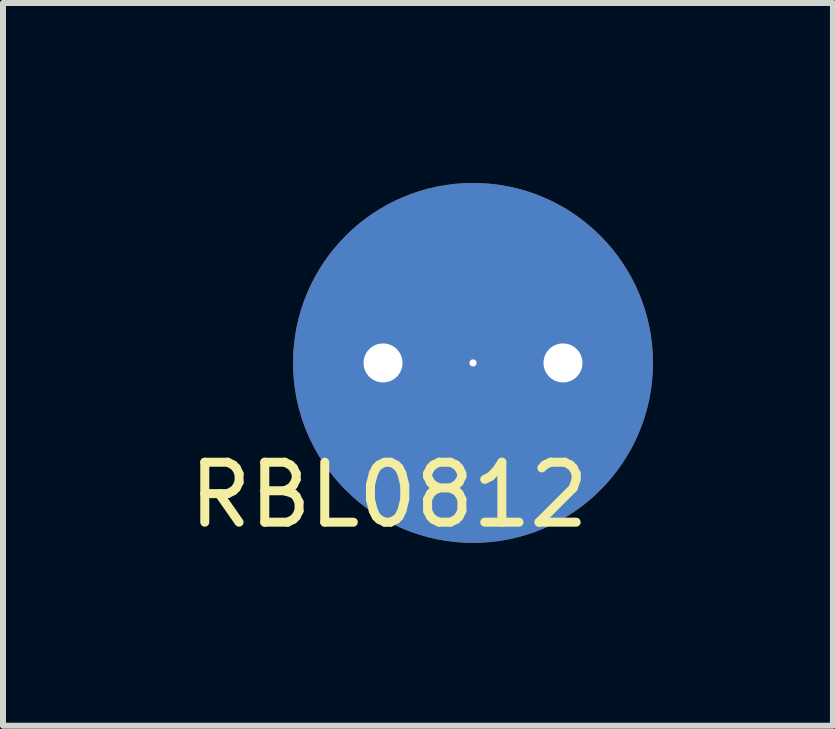
<source format=kicad_pcb>
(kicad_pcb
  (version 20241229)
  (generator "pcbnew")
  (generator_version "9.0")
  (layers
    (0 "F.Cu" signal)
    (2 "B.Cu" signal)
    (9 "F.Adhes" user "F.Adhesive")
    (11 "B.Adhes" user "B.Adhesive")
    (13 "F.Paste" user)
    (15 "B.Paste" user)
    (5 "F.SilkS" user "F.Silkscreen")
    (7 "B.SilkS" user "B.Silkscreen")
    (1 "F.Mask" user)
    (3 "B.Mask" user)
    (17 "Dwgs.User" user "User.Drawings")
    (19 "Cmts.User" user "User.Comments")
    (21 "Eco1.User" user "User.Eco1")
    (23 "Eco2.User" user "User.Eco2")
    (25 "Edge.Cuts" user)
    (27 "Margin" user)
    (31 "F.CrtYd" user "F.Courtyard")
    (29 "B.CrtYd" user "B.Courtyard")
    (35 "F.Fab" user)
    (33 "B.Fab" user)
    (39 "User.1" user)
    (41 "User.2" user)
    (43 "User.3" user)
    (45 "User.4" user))
  (footprint "RBL0812"
    (layer "F.Cu")
    (at 3.335 3)
    (property "Reference" "RBL0812" (at 0.1 2.2 0) (layer "F.SilkS") (effects (font (size 1 1) (thickness 0.15))))
    (attr through_hole)
    (pad "" thru_hole circle (at 1.5 0) (size 6 6) (drill 0.12) (layers "*.Cu" "*.Mask"))
    (pad "1" thru_hole circle (at 0 0) (size 1.5 1.5) (drill 0.65) (layers "*.Cu" "*.Mask"))
    (pad "2" thru_hole circle (at 3 0) (size 1.5 1.5) (drill 0.65) (layers "*.Cu" "*.Mask")))
  (gr_rect
    (start -3 -3)
    (end 10.835 9.048)
    (stroke (width 0.1) (type default))
    (fill no)
    (layer "Edge.Cuts")))
</source>
